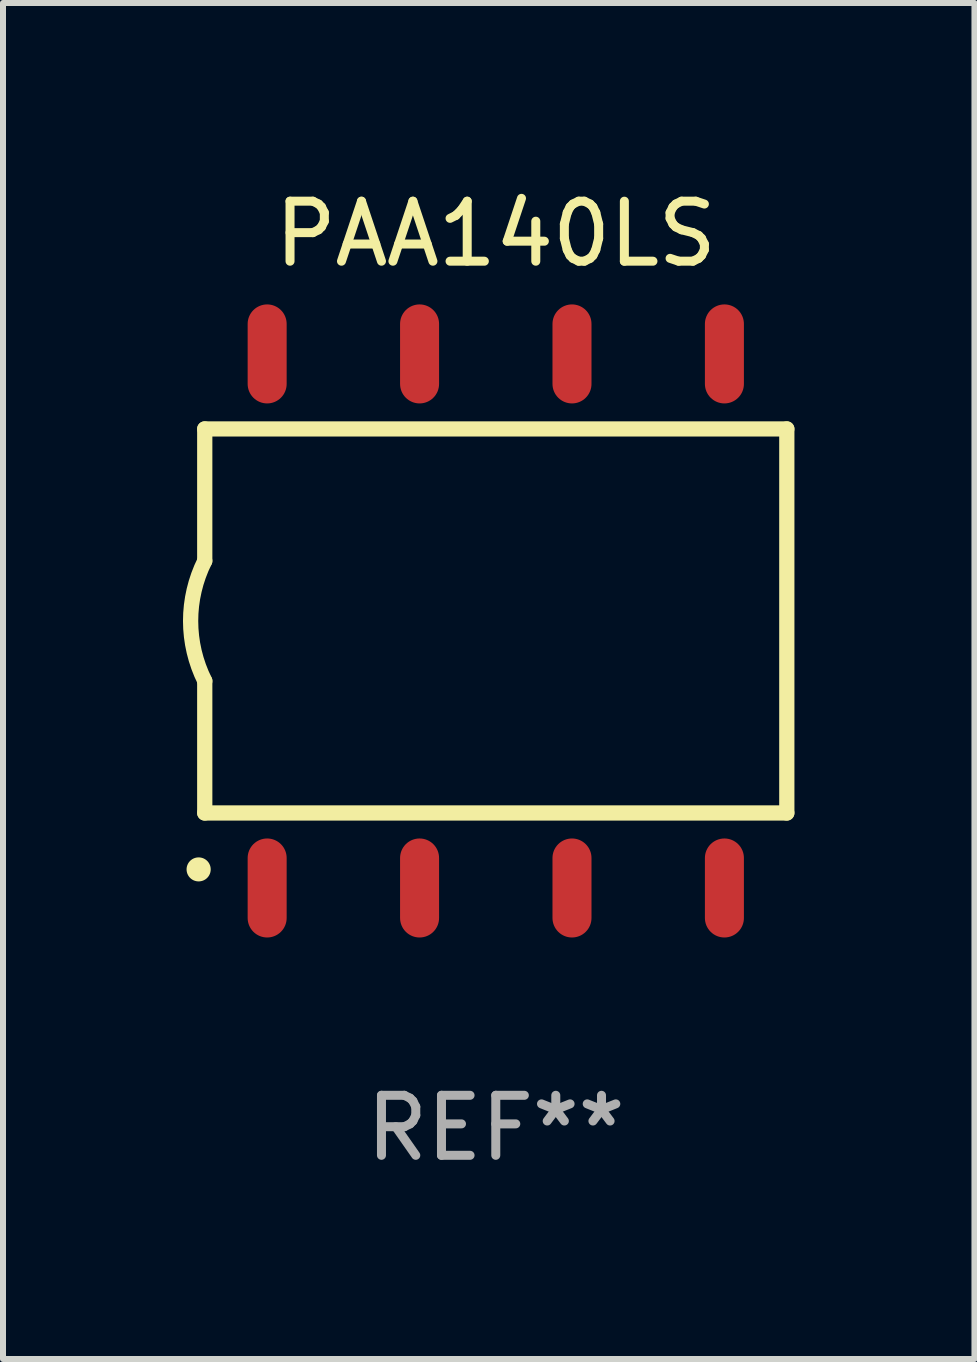
<source format=kicad_pcb>
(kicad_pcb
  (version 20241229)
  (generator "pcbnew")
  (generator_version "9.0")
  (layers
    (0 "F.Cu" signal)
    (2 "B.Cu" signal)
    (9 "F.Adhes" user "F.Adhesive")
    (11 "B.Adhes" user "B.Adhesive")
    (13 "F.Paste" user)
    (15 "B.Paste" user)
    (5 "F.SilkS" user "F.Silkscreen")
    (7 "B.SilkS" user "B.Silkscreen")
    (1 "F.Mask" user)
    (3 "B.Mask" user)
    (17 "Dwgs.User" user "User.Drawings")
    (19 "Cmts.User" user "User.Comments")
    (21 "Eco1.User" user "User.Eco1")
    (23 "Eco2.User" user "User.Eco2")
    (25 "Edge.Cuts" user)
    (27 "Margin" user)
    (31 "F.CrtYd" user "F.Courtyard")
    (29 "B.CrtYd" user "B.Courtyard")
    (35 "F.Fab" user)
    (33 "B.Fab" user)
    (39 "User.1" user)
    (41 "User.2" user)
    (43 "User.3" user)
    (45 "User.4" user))
  (footprint "PAA140LS"
    (layer "F.Cu")
    (at 5.212 7.298)
    (property "Reference" "PAA140LS" (at 0 -6.45 0) (layer "F.SilkS") (effects (font (size 1 1) (thickness 0.15))))
    (attr through_hole)
    (fp_line (start -4.85 -3.2) (end -4.85 -1) (stroke (width 0.254) (type solid)) (layer "F.SilkS"))
    (fp_line (start -4.85 -3.2) (end 4.85 -3.2) (stroke (width 0.254) (type solid)) (layer "F.SilkS"))
    (fp_line (start -4.85 3.2) (end -4.85 1) (stroke (width 0.254) (type solid)) (layer "F.SilkS"))
    (fp_line (start 4.85 -3.2) (end 4.85 3.2) (stroke (width 0.254) (type solid)) (layer "F.SilkS"))
    (fp_line (start 4.85 3.2) (end -4.85 3.2) (stroke (width 0.254) (type solid)) (layer "F.SilkS"))
    (fp_arc (start -4.95301 4.140208) (mid -4.95174 4.140204) (end -4.95047 4.140208) (stroke (width 0.4) (type solid)) (layer "F.SilkS"))
    (fp_arc (start -4.84887 1.000762) (mid -5.085418 0.000516) (end -4.850013 -1) (stroke (width 0.254001) (type solid)) (layer "F.SilkS"))
    (fp_text user "REF**" (at 0 8.45 0) (layer "F.Fab") (effects (font (size 1 1) (thickness 0.15))))
    (pad "1" smd oval (at -3.81 4.45) (size 0.65 1.65) (layers "F.Cu" "F.Mask" "F.Paste"))
    (pad "2" smd oval (at -1.27 4.45) (size 0.65 1.65) (layers "F.Cu" "F.Mask" "F.Paste"))
    (pad "3" smd oval (at 1.27 4.45) (size 0.65 1.65) (layers "F.Cu" "F.Mask" "F.Paste"))
    (pad "4" smd oval (at 3.81 4.45) (size 0.65 1.65) (layers "F.Cu" "F.Mask" "F.Paste"))
    (pad "5" smd oval (at 3.81 -4.45 180) (size 0.65 1.65) (layers "F.Cu" "F.Mask" "F.Paste"))
    (pad "6" smd oval (at 1.27 -4.45 180) (size 0.65 1.65) (layers "F.Cu" "F.Mask" "F.Paste"))
    (pad "7" smd oval (at -1.27 -4.45 180) (size 0.65 1.65) (layers "F.Cu" "F.Mask" "F.Paste"))
    (pad "8" smd oval (at -3.81 -4.45 180) (size 0.65 1.65) (layers "F.Cu" "F.Mask" "F.Paste")))
  (gr_rect
    (start -3 -3)
    (end 13.189 19.597)
    (stroke (width 0.1) (type default))
    (fill no)
    (layer "Edge.Cuts")))
</source>
